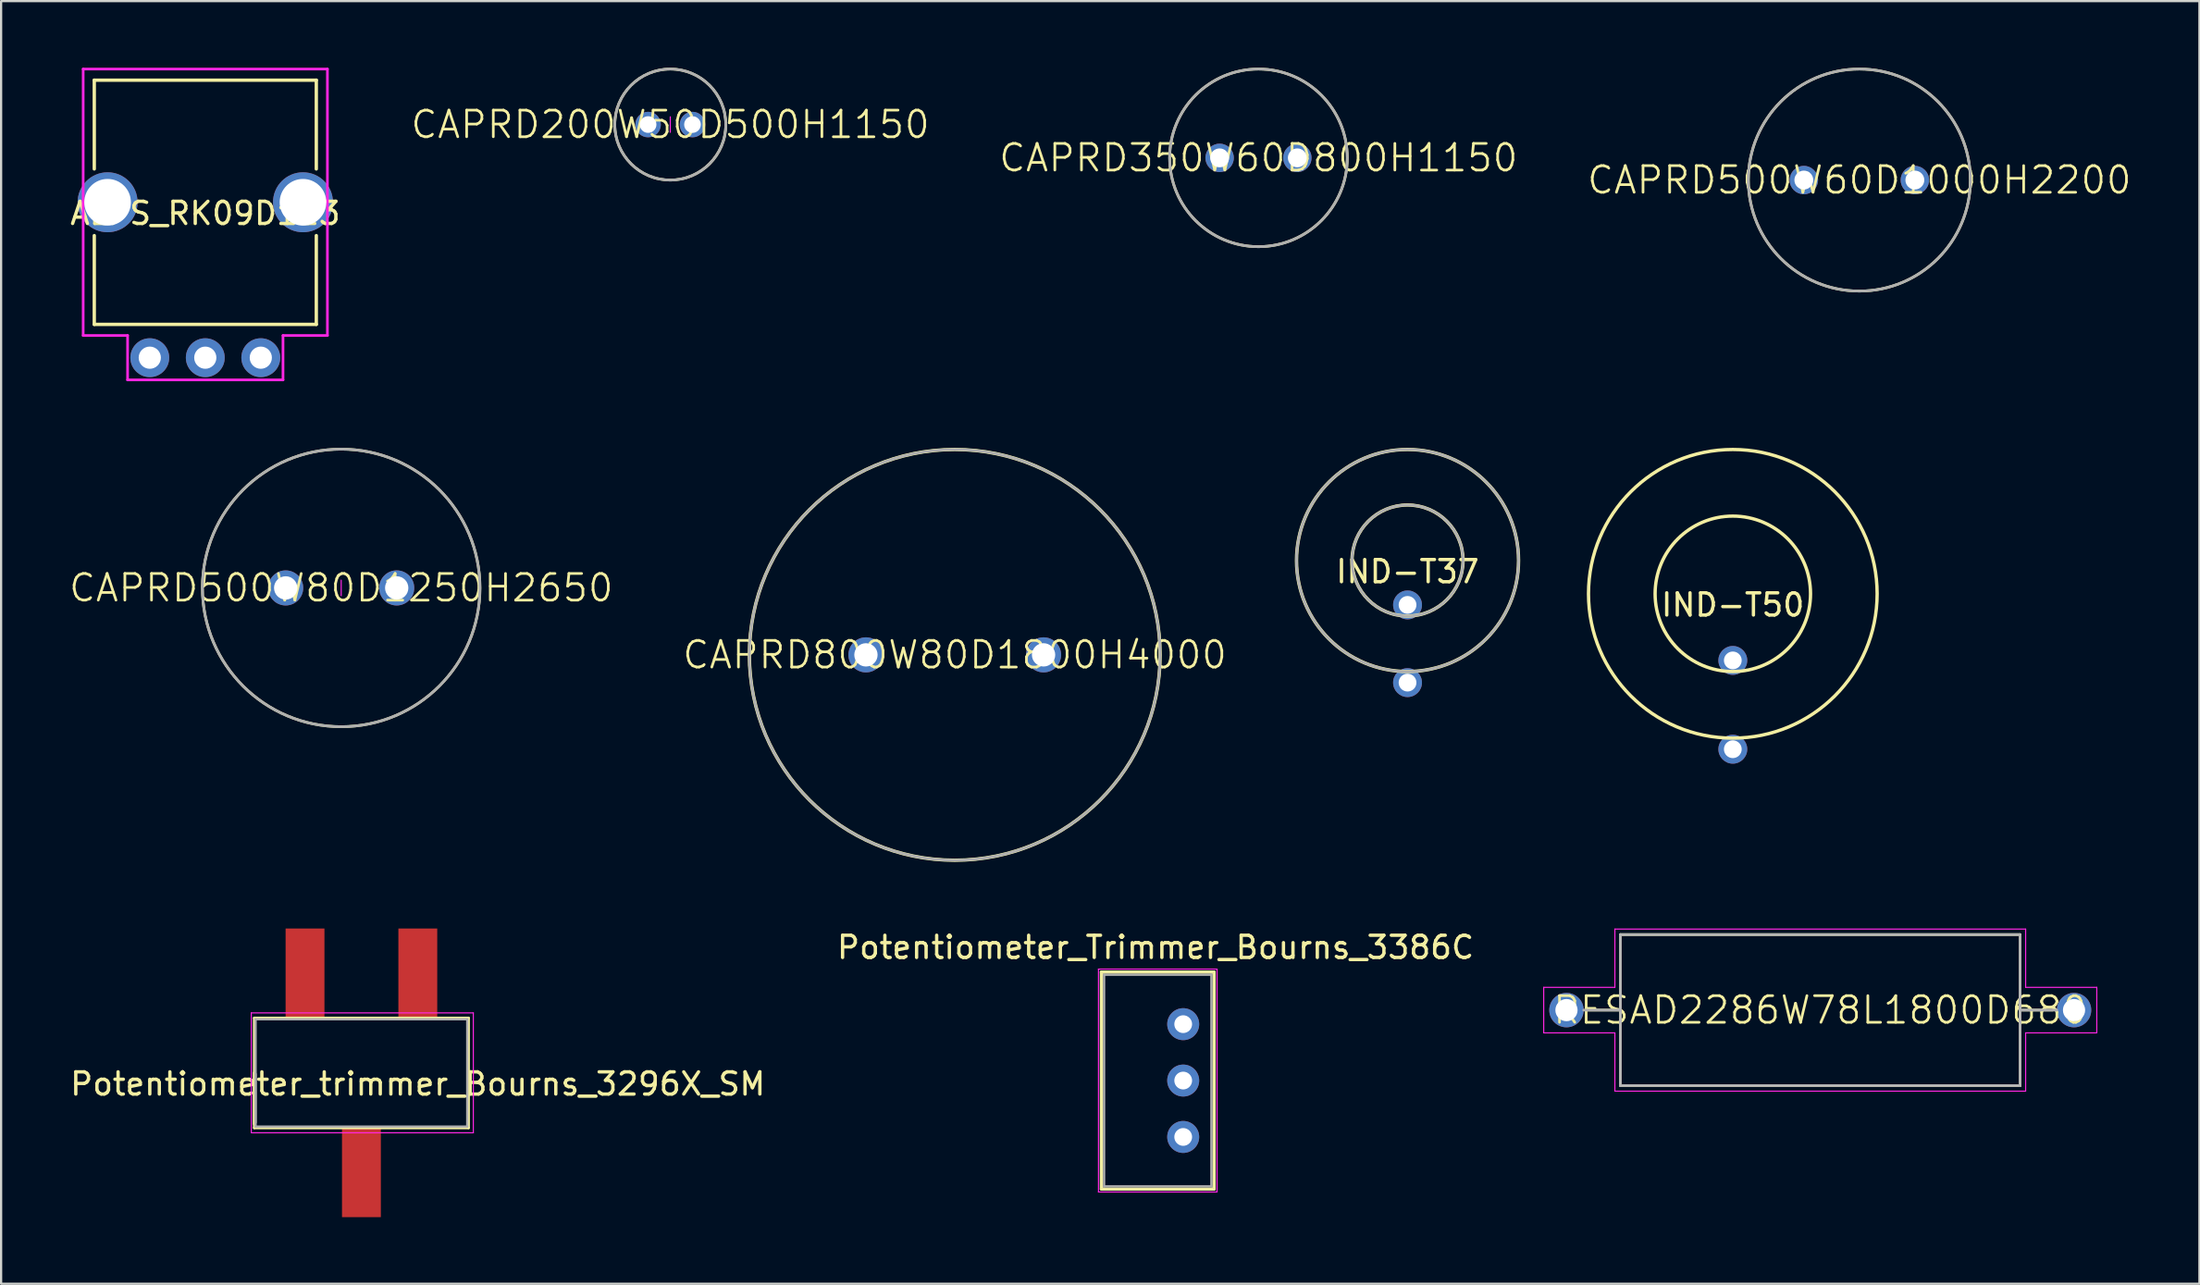
<source format=kicad_pcb>
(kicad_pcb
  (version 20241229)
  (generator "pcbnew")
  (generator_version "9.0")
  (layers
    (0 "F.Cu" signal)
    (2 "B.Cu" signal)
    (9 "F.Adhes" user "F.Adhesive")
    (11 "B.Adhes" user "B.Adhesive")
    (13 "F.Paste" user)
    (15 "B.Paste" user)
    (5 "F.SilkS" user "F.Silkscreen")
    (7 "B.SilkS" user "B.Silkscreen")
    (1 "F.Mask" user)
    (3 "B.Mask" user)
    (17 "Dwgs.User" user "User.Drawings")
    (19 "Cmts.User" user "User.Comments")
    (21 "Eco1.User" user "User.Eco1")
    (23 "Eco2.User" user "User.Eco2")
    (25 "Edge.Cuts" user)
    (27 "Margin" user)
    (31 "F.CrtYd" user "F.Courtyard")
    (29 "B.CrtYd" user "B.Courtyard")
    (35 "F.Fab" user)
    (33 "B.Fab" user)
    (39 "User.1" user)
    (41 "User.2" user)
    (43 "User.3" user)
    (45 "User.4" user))
  (footprint "CAPRD500W80D1250H2650"
    (layer "F.Cu")
    (at 12.317 23.43)
    (property "Reference" "CAPRD500W80D1250H2650" (at 0 0 0) (layer "F.SilkS") (effects (font (size 1.2 1.2) (thickness 0.12))))
    (attr through_hole)
    (fp_circle (center 0 0) (end 0 6.25) (stroke (width 0.12) (type solid)) (fill no) (layer "F.SilkS"))
    (fp_line (start 0 -0.35) (end 0 0.35) (stroke (width 0.05) (type solid)) (layer "F.CrtYd"))
    (fp_circle (center 0 0) (end 0 6.25) (stroke (width 0.12) (type solid)) (fill no) (layer "F.Fab"))
    (pad "1" thru_hole circle (at -2.5 0) (size 1.58 1.58) (drill 1.05) (layers "*.Cu" "*.Mask"))
    (pad "2" thru_hole circle (at 2.5 0) (size 1.58 1.58) (drill 1.05) (layers "*.Cu" "*.Mask")))
  (footprint "CAPRD200W50D500H1150"
    (layer "F.Cu")
    (at 27.139 2.56)
    (property "Reference" "CAPRD200W50D500H1150" (at 0 0 0) (layer "F.SilkS") (effects (font (size 1.2 1.2) (thickness 0.12))))
    (attr through_hole)
    (fp_circle (center 0 0) (end 0 2.5) (stroke (width 0.12) (type solid)) (fill no) (layer "F.SilkS"))
    (fp_line (start 0 -0.35) (end 0 0.35) (stroke (width 0.05) (type solid)) (layer "F.CrtYd"))
    (fp_circle (center 0 0) (end 0 2.5) (stroke (width 0.12) (type solid)) (fill no) (layer "F.Fab"))
    (pad "1" thru_hole circle (at -1 0) (size 1.15 1.15) (drill 0.75) (layers "*.Cu" "*.Mask"))
    (pad "2" thru_hole circle (at 1 0) (size 1.15 1.15) (drill 0.75) (layers "*.Cu" "*.Mask")))
  (footprint "IND-T50"
    (layer "F.Cu")
    (at 74.994 23.695)
    (property "Reference" "IND-T50" (at 0 0.5 0) (layer "F.SilkS") (effects (font (size 1 1) (thickness 0.15))))
    (attr through_hole)
    (fp_circle (center 0 0) (end 0 3.5) (stroke (width 0.15) (type solid)) (fill no) (layer "F.SilkS"))
    (fp_circle (center 0 0) (end 0 6.5) (stroke (width 0.15) (type solid)) (fill no) (layer "F.SilkS"))
    (pad "1" thru_hole circle (at 0 3) (size 1.3 1.3) (drill 0.8) (layers "*.Cu" "*.Mask"))
    (pad "2" thru_hole circle (at 0 7) (size 1.3 1.3) (drill 0.8) (layers "*.Cu" "*.Mask")))
  (footprint "ALPS_RK09D113"
    (layer "F.Cu")
    (at 6.196 6.06)
    (property "Reference" "ALPS_RK09D113" (at 0 0.5 0) (layer "F.SilkS") (effects (font (size 1 1) (thickness 0.15))))
    (attr through_hole)
    (fp_line (start -5 -5.5) (end -5 -1.5) (stroke (width 0.15) (type solid)) (layer "F.SilkS"))
    (fp_line (start -5 -5.5) (end 5 -5.5) (stroke (width 0.15) (type solid)) (layer "F.SilkS"))
    (fp_line (start -5 1.5) (end -5 5.5) (stroke (width 0.15) (type solid)) (layer "F.SilkS"))
    (fp_line (start -5 5.5) (end 5 5.5) (stroke (width 0.15) (type solid)) (layer "F.SilkS"))
    (fp_line (start 5 -5.5) (end 5 -1.5) (stroke (width 0.15) (type solid)) (layer "F.SilkS"))
    (fp_line (start 5 5.5) (end 5 1.5) (stroke (width 0.15) (type solid)) (layer "F.SilkS"))
    (fp_line (start -5.5 -6) (end 5.5 -6) (stroke (width 0.12) (type solid)) (layer "F.CrtYd"))
    (fp_line (start -5.5 6) (end -5.5 -6) (stroke (width 0.12) (type solid)) (layer "F.CrtYd"))
    (fp_line (start -3.5 6) (end -5.5 6) (stroke (width 0.12) (type solid)) (layer "F.CrtYd"))
    (fp_line (start -3.5 8) (end -3.5 6) (stroke (width 0.12) (type solid)) (layer "F.CrtYd"))
    (fp_line (start 3.5 6) (end 3.5 8) (stroke (width 0.12) (type solid)) (layer "F.CrtYd"))
    (fp_line (start 3.5 8) (end -3.5 8) (stroke (width 0.12) (type solid)) (layer "F.CrtYd"))
    (fp_line (start 5.5 -6) (end 5.5 6) (stroke (width 0.12) (type solid)) (layer "F.CrtYd"))
    (fp_line (start 5.5 6) (end 3.5 6) (stroke (width 0.12) (type solid)) (layer "F.CrtYd"))
    (pad "" thru_hole circle (at -4.4 0) (size 2.7 2.7) (drill 2.1) (layers "*.Cu" "*.Mask"))
    (pad "" thru_hole circle (at 4.4 0) (size 2.7 2.7) (drill 2.1) (layers "*.Cu" "*.Mask"))
    (pad "1" thru_hole circle (at -2.5 7) (size 1.75 1.75) (drill 1) (layers "*.Cu" "*.Mask"))
    (pad "2" thru_hole circle (at 0 7) (size 1.75 1.75) (drill 1) (layers "*.Cu" "*.Mask"))
    (pad "3" thru_hole circle (at 2.5 7) (size 1.75 1.75) (drill 1) (layers "*.Cu" "*.Mask")))
  (footprint "RESAD2286W78L1800D680"
    (layer "F.Cu")
    (at 78.932 42.445)
    (property "Reference" "RESAD2286W78L1800D680" (at 0 0 0) (layer "F.SilkS") (effects (font (size 1.2 1.2) (thickness 0.12))))
    (attr through_hole)
    (fp_line (start -9 -3.4) (end -9 3.4) (stroke (width 0.12) (type solid)) (layer "F.SilkS"))
    (fp_line (start -9 0) (end -10.47 0) (stroke (width 0.12) (type solid)) (layer "F.SilkS"))
    (fp_line (start -9 3.4) (end 9 3.4) (stroke (width 0.12) (type solid)) (layer "F.SilkS"))
    (fp_line (start 9 -3.4) (end -9 -3.4) (stroke (width 0.12) (type solid)) (layer "F.SilkS"))
    (fp_line (start 9 -3.4) (end 9 3.4) (stroke (width 0.12) (type solid)) (layer "F.SilkS"))
    (fp_line (start 9 0) (end 10.47 0) (stroke (width 0.12) (type solid)) (layer "F.SilkS"))
    (fp_line (start -9 -3.4) (end 9 -3.4) (stroke (width 0.025) (type solid)) (layer "Dwgs.User"))
    (fp_line (start -9 3.4) (end -9 -3.4) (stroke (width 0.025) (type solid)) (layer "Dwgs.User"))
    (fp_line (start 9 -3.4) (end 9 3.4) (stroke (width 0.025) (type solid)) (layer "Dwgs.User"))
    (fp_line (start 9 3.4) (end -9 3.4) (stroke (width 0.025) (type solid)) (layer "Dwgs.User"))
    (fp_circle (center -11.43 0) (end -11.43 0.415) (stroke (width 0.025) (type solid)) (fill no) (layer "Dwgs.User"))
    (fp_circle (center 11.43 0) (end 11.43 0.415) (stroke (width 0.025) (type solid)) (fill no) (layer "Dwgs.User"))
    (fp_line (start -12.455 -1.025) (end -12.455 1.025) (stroke (width 0.05) (type solid)) (layer "F.CrtYd"))
    (fp_line (start -12.455 1.025) (end -9.25 1.025) (stroke (width 0.05) (type solid)) (layer "F.CrtYd"))
    (fp_line (start -9.25 -3.65) (end -9.25 -1.025) (stroke (width 0.05) (type solid)) (layer "F.CrtYd"))
    (fp_line (start -9.25 -1.025) (end -12.455 -1.025) (stroke (width 0.05) (type solid)) (layer "F.CrtYd"))
    (fp_line (start -9.25 1.025) (end -9.25 3.65) (stroke (width 0.05) (type solid)) (layer "F.CrtYd"))
    (fp_line (start -9.25 3.65) (end 9.25 3.65) (stroke (width 0.05) (type solid)) (layer "F.CrtYd"))
    (fp_line (start 9.25 -3.65) (end -9.25 -3.65) (stroke (width 0.05) (type solid)) (layer "F.CrtYd"))
    (fp_line (start 9.25 -1.025) (end 9.25 -3.65) (stroke (width 0.05) (type solid)) (layer "F.CrtYd"))
    (fp_line (start 9.25 1.025) (end 12.455 1.025) (stroke (width 0.05) (type solid)) (layer "F.CrtYd"))
    (fp_line (start 9.25 3.65) (end 9.25 1.025) (stroke (width 0.05) (type solid)) (layer "F.CrtYd"))
    (fp_line (start 12.455 -1.025) (end 9.25 -1.025) (stroke (width 0.05) (type solid)) (layer "F.CrtYd"))
    (fp_line (start 12.455 1.025) (end 12.455 -1.025) (stroke (width 0.05) (type solid)) (layer "F.CrtYd"))
    (fp_line (start -9 -3.4) (end 9 -3.4) (stroke (width 0.12) (type solid)) (layer "F.Fab"))
    (fp_line (start -9 0) (end -10.655 0) (stroke (width 0.12) (type solid)) (layer "F.Fab"))
    (fp_line (start -9 3.4) (end -9 -3.4) (stroke (width 0.12) (type solid)) (layer "F.Fab"))
    (fp_line (start 9 -3.4) (end 9 3.4) (stroke (width 0.12) (type solid)) (layer "F.Fab"))
    (fp_line (start 9 0) (end 10.655 0) (stroke (width 0.12) (type solid)) (layer "F.Fab"))
    (fp_line (start 9 3.4) (end -9 3.4) (stroke (width 0.12) (type solid)) (layer "F.Fab"))
    (pad "1" thru_hole circle (at -11.43 0) (size 1.55 1.55) (drill 1) (layers "*.Cu" "*.Mask"))
    (pad "2" thru_hole circle (at 11.43 0) (size 1.55 1.55) (drill 1) (layers "*.Cu" "*.Mask")))
  (footprint "IND-T37"
    (layer "F.Cu")
    (at 60.344 22.195)
    (property "Reference" "IND-T37" (at 0 0.5 0) (layer "F.SilkS") (effects (font (size 1 1) (thickness 0.15))))
    (attr through_hole)
    (fp_circle (center 0 0) (end 0 2.5) (stroke (width 0.15) (type solid)) (fill no) (layer "F.SilkS"))
    (fp_circle (center 0 0) (end 0 5) (stroke (width 0.15) (type solid)) (fill no) (layer "F.SilkS"))
    (fp_circle (center 0 0) (end 0 2.5) (stroke (width 0.12) (type solid)) (fill no) (layer "F.Fab"))
    (fp_circle (center 0 0) (end 0 5) (stroke (width 0.12) (type solid)) (fill no) (layer "F.Fab"))
    (pad "1" thru_hole circle (at 0 2) (size 1.3 1.3) (drill 0.8) (layers "*.Cu" "*.Mask"))
    (pad "2" thru_hole circle (at 0 5.5) (size 1.3 1.3) (drill 0.8) (layers "*.Cu" "*.Mask")))
  (footprint "Potentiometer_Trimmer_Bourns_3386C"
    (layer "F.Cu")
    (at 49.094 45.618)
    (property "Reference" "Potentiometer_Trimmer_Bourns_3386C" (at -0.1 -6 0) (layer "F.SilkS") (effects (font (size 1 1) (thickness 0.15))))
    (attr through_hole)
    (fp_line (start -2.535 -4.885) (end -2.535 4.885) (stroke (width 0.15) (type solid)) (layer "F.SilkS"))
    (fp_line (start -2.535 -4.885) (end 2.535 -4.885) (stroke (width 0.15) (type solid)) (layer "F.SilkS"))
    (fp_line (start -2.535 4.885) (end 2.535 4.885) (stroke (width 0.15) (type solid)) (layer "F.SilkS"))
    (fp_line (start 2.535 -4.885) (end 2.535 4.885) (stroke (width 0.15) (type solid)) (layer "F.SilkS"))
    (fp_line (start -2.67 -5.02) (end -2.67 5.02) (stroke (width 0.05) (type solid)) (layer "F.CrtYd"))
    (fp_line (start -2.67 5.02) (end 2.67 5.02) (stroke (width 0.05) (type solid)) (layer "F.CrtYd"))
    (fp_line (start 2.67 -5.02) (end -2.67 -5.02) (stroke (width 0.05) (type solid)) (layer "F.CrtYd"))
    (fp_line (start 2.67 5.02) (end 2.67 -5.02) (stroke (width 0.05) (type solid)) (layer "F.CrtYd"))
    (fp_line (start -2.415 -4.765) (end 2.415 -4.765) (stroke (width 0.1) (type solid)) (layer "F.Fab"))
    (fp_line (start -2.415 4.765) (end -2.415 -4.765) (stroke (width 0.1) (type solid)) (layer "F.Fab"))
    (fp_line (start 2.415 -4.765) (end 2.415 4.765) (stroke (width 0.1) (type solid)) (layer "F.Fab"))
    (fp_line (start 2.415 4.765) (end -2.415 4.765) (stroke (width 0.1) (type solid)) (layer "F.Fab"))
    (pad "1" thru_hole circle (at 1.146 -2.54) (size 1.44 1.44) (drill 0.8) (layers "*.Cu" "*.Mask"))
    (pad "2" thru_hole circle (at 1.146 0) (size 1.44 1.44) (drill 0.8) (layers "*.Cu" "*.Mask"))
    (pad "3" thru_hole circle (at 1.146 2.54 90) (size 1.44 1.44) (drill 0.8) (layers "*.Cu" "*.Mask")))
  (footprint "Potentiometer_trimmer_Bourns_3296X_SM"
    (layer "F.Cu")
    (at 15.768 45.27)
    (property "Reference" "Potentiometer_trimmer_Bourns_3296X_SM" (at 0 0.5 0) (layer "F.SilkS") (effects (font (size 1 1) (thickness 0.15))))
    (attr through_hole)
    (fp_line (start -7.366 -0.005) (end -7.366 2.305) (stroke (width 0.12) (type solid)) (layer "F.SilkS"))
    (fp_line (start -7.365 -2.47) (end -7.365 2.481) (stroke (width 0.12) (type solid)) (layer "F.SilkS"))
    (fp_line (start -7.365 -2.47) (end 2.285 -2.47) (stroke (width 0.12) (type solid)) (layer "F.SilkS"))
    (fp_line (start -7.365 2.481) (end 2.285 2.481) (stroke (width 0.12) (type solid)) (layer "F.SilkS"))
    (fp_line (start 2.285 -2.47) (end 2.285 2.481) (stroke (width 0.12) (type solid)) (layer "F.SilkS"))
    (fp_line (start -7.5 -2.7) (end -7.5 2.7) (stroke (width 0.05) (type solid)) (layer "F.CrtYd"))
    (fp_line (start -7.5 2.7) (end 2.5 2.7) (stroke (width 0.05) (type solid)) (layer "F.CrtYd"))
    (fp_line (start 2.5 -2.7) (end -7.5 -2.7) (stroke (width 0.05) (type solid)) (layer "F.CrtYd"))
    (fp_line (start 2.5 2.7) (end 2.5 -2.7) (stroke (width 0.05) (type solid)) (layer "F.CrtYd"))
    (fp_line (start -7.305 -2.41) (end -7.305 2.42) (stroke (width 0.1) (type solid)) (layer "F.Fab"))
    (fp_line (start -7.305 2.245) (end -7.305 0.055) (stroke (width 0.1) (type solid)) (layer "F.Fab"))
    (fp_line (start -7.305 2.42) (end 2.225 2.42) (stroke (width 0.1) (type solid)) (layer "F.Fab"))
    (fp_line (start 2.225 -2.41) (end -7.305 -2.41) (stroke (width 0.1) (type solid)) (layer "F.Fab"))
    (fp_line (start 2.225 2.42) (end 2.225 -2.41) (stroke (width 0.1) (type solid)) (layer "F.Fab"))
    (pad "1" smd rect (at 0 -4.5) (size 1.75 4) (layers "F.Cu" "F.Mask" "F.Paste"))
    (pad "2" smd rect (at -2.54 4.5) (size 1.75 4) (layers "F.Cu" "F.Mask" "F.Paste"))
    (pad "3" smd rect (at -5.08 -4.5) (size 1.75 4) (layers "F.Cu" "F.Mask" "F.Paste")))
  (footprint "CAPRD800W80D1800H4000"
    (layer "F.Cu")
    (at 39.951 26.445)
    (property "Reference" "CAPRD800W80D1800H4000" (at 0 0 0) (layer "F.SilkS") (effects (font (size 1.2 1.2) (thickness 0.12))))
    (attr through_hole)
    (fp_circle (center 0 0) (end 9.25 0) (stroke (width 0.15) (type solid)) (fill no) (layer "F.SilkS"))
    (fp_circle (center 0 0) (end 9.25 0) (stroke (width 0.12) (type solid)) (fill no) (layer "F.Fab"))
    (pad "1" thru_hole circle (at -4 0) (size 1.58 1.58) (drill 1.05) (layers "*.Cu" "*.Mask"))
    (pad "2" thru_hole circle (at 4 0) (size 1.58 1.58) (drill 1.05) (layers "*.Cu" "*.Mask")))
  (footprint "CAPRD350W60D800H1150"
    (layer "F.Cu")
    (at 53.63 4.06)
    (property "Reference" "CAPRD350W60D800H1150" (at 0 0 0) (layer "F.SilkS") (effects (font (size 1.2 1.2) (thickness 0.12))))
    (attr through_hole)
    (fp_circle (center 0 0) (end 0 4) (stroke (width 0.12) (type solid)) (fill no) (layer "F.SilkS"))
    (fp_circle (center 0 0) (end 0 4) (stroke (width 0.12) (type solid)) (fill no) (layer "F.Fab"))
    (pad "1" thru_hole circle (at -1.75 0) (size 1.28 1.28) (drill 0.85) (layers "*.Cu" "*.Mask"))
    (pad "2" thru_hole circle (at 1.75 0) (size 1.28 1.28) (drill 0.85) (layers "*.Cu" "*.Mask")))
  (footprint "CAPRD500W60D1000H2200"
    (layer "F.Cu")
    (at 80.693 5.06)
    (property "Reference" "CAPRD500W60D1000H2200" (at 0 0 0) (layer "F.SilkS") (effects (font (size 1.2 1.2) (thickness 0.12))))
    (attr through_hole)
    (fp_circle (center 0 0) (end 0 5) (stroke (width 0.12) (type solid)) (fill no) (layer "F.SilkS"))
    (fp_circle (center 0 0) (end 0 5) (stroke (width 0.12) (type solid)) (fill no) (layer "F.Fab"))
    (pad "1" thru_hole circle (at -2.5 0) (size 1.28 1.28) (drill 0.85) (layers "*.Cu" "*.Mask"))
    (pad "2" thru_hole circle (at 2.5 0) (size 1.28 1.28) (drill 0.85) (layers "*.Cu" "*.Mask")))
  (gr_rect
    (start -3 -3)
    (end 96.01 54.77)
    (stroke (width 0.1) (type default))
    (fill no)
    (layer "Edge.Cuts")))
</source>
